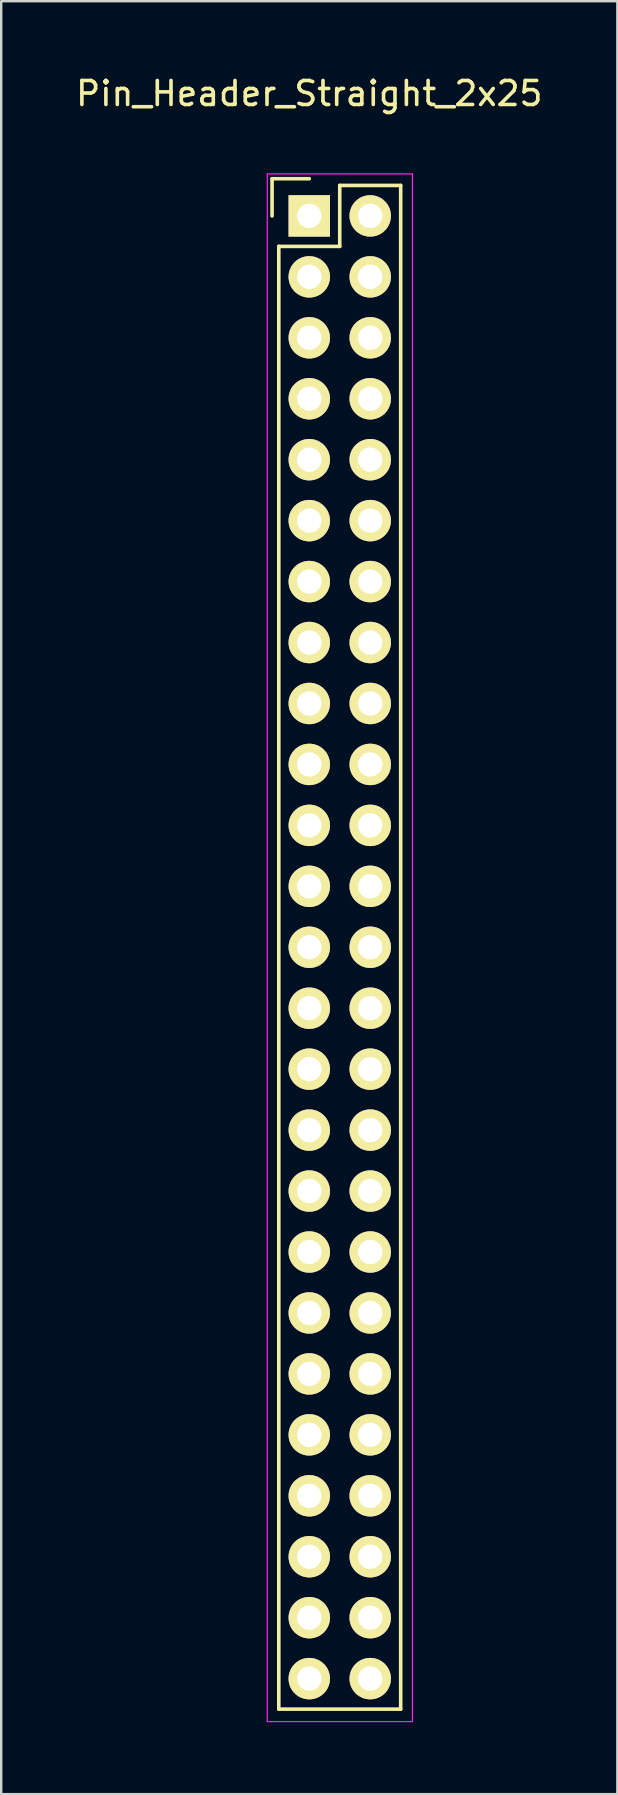
<source format=kicad_pcb>
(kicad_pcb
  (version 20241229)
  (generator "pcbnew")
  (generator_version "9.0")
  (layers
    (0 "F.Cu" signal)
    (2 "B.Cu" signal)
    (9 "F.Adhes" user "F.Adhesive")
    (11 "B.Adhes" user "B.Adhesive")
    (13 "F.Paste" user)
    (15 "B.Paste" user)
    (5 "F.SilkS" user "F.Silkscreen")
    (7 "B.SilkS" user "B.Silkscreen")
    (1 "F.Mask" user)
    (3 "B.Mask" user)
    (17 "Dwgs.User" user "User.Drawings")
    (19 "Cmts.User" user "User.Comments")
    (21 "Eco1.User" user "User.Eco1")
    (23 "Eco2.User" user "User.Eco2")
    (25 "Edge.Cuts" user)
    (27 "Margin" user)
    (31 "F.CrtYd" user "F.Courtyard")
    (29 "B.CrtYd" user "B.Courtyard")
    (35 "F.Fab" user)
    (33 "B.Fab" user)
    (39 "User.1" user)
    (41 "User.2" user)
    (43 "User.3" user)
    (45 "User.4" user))
  (footprint "Pin_Header_Straight_2x25"
    (layer "F.Cu")
    (at 9.839 5.948)
    (property "Reference" "Pin_Header_Straight_2x25" (at 0 -5.1 0) (layer "F.SilkS") (effects (font (size 1 1) (thickness 0.15))))
    (attr through_hole)
    (fp_line (start -1.55 -1.55) (end -1.55 0) (stroke (width 0.15) (type solid)) (layer "F.SilkS"))
    (fp_line (start -1.27 1.27) (end -1.27 62.23) (stroke (width 0.15) (type solid)) (layer "F.SilkS"))
    (fp_line (start 0 -1.55) (end -1.55 -1.55) (stroke (width 0.15) (type solid)) (layer "F.SilkS"))
    (fp_line (start 1.27 -1.27) (end 1.27 1.27) (stroke (width 0.15) (type solid)) (layer "F.SilkS"))
    (fp_line (start 1.27 1.27) (end -1.27 1.27) (stroke (width 0.15) (type solid)) (layer "F.SilkS"))
    (fp_line (start 3.81 -1.27) (end 1.27 -1.27) (stroke (width 0.15) (type solid)) (layer "F.SilkS"))
    (fp_line (start 3.81 62.23) (end -1.27 62.23) (stroke (width 0.15) (type solid)) (layer "F.SilkS"))
    (fp_line (start 3.81 62.23) (end 3.81 -1.27) (stroke (width 0.15) (type solid)) (layer "F.SilkS"))
    (fp_line (start -1.75 -1.75) (end -1.75 62.75) (stroke (width 0.05) (type solid)) (layer "F.CrtYd"))
    (fp_line (start -1.75 -1.75) (end 4.3 -1.75) (stroke (width 0.05) (type solid)) (layer "F.CrtYd"))
    (fp_line (start -1.75 62.75) (end 4.3 62.75) (stroke (width 0.05) (type solid)) (layer "F.CrtYd"))
    (fp_line (start 4.3 -1.75) (end 4.3 62.75) (stroke (width 0.05) (type solid)) (layer "F.CrtYd"))
    (pad "1" thru_hole rect (at 0 0) (size 1.727 1.727) (drill 1.016) (layers "*.Cu" "*.Mask" "F.SilkS"))
    (pad "2" thru_hole oval (at 2.54 0) (size 1.727 1.727) (drill 1.016) (layers "*.Cu" "*.Mask" "F.SilkS"))
    (pad "3" thru_hole oval (at 0 2.54) (size 1.727 1.727) (drill 1.016) (layers "*.Cu" "*.Mask" "F.SilkS"))
    (pad "4" thru_hole oval (at 2.54 2.54) (size 1.727 1.727) (drill 1.016) (layers "*.Cu" "*.Mask" "F.SilkS"))
    (pad "5" thru_hole oval (at 0 5.08) (size 1.727 1.727) (drill 1.016) (layers "*.Cu" "*.Mask" "F.SilkS"))
    (pad "6" thru_hole oval (at 2.54 5.08) (size 1.727 1.727) (drill 1.016) (layers "*.Cu" "*.Mask" "F.SilkS"))
    (pad "7" thru_hole oval (at 0 7.62) (size 1.727 1.727) (drill 1.016) (layers "*.Cu" "*.Mask" "F.SilkS"))
    (pad "8" thru_hole oval (at 2.54 7.62) (size 1.727 1.727) (drill 1.016) (layers "*.Cu" "*.Mask" "F.SilkS"))
    (pad "9" thru_hole oval (at 0 10.16) (size 1.727 1.727) (drill 1.016) (layers "*.Cu" "*.Mask" "F.SilkS"))
    (pad "10" thru_hole oval (at 2.54 10.16) (size 1.727 1.727) (drill 1.016) (layers "*.Cu" "*.Mask" "F.SilkS"))
    (pad "11" thru_hole oval (at 0 12.7) (size 1.727 1.727) (drill 1.016) (layers "*.Cu" "*.Mask" "F.SilkS"))
    (pad "12" thru_hole oval (at 2.54 12.7) (size 1.727 1.727) (drill 1.016) (layers "*.Cu" "*.Mask" "F.SilkS"))
    (pad "13" thru_hole oval (at 0 15.24) (size 1.727 1.727) (drill 1.016) (layers "*.Cu" "*.Mask" "F.SilkS"))
    (pad "14" thru_hole oval (at 2.54 15.24) (size 1.727 1.727) (drill 1.016) (layers "*.Cu" "*.Mask" "F.SilkS"))
    (pad "15" thru_hole oval (at 0 17.78) (size 1.727 1.727) (drill 1.016) (layers "*.Cu" "*.Mask" "F.SilkS"))
    (pad "16" thru_hole oval (at 2.54 17.78) (size 1.727 1.727) (drill 1.016) (layers "*.Cu" "*.Mask" "F.SilkS"))
    (pad "17" thru_hole oval (at 0 20.32) (size 1.727 1.727) (drill 1.016) (layers "*.Cu" "*.Mask" "F.SilkS"))
    (pad "18" thru_hole oval (at 2.54 20.32) (size 1.727 1.727) (drill 1.016) (layers "*.Cu" "*.Mask" "F.SilkS"))
    (pad "19" thru_hole oval (at 0 22.86) (size 1.727 1.727) (drill 1.016) (layers "*.Cu" "*.Mask" "F.SilkS"))
    (pad "20" thru_hole oval (at 2.54 22.86) (size 1.727 1.727) (drill 1.016) (layers "*.Cu" "*.Mask" "F.SilkS"))
    (pad "21" thru_hole oval (at 0 25.4) (size 1.727 1.727) (drill 1.016) (layers "*.Cu" "*.Mask" "F.SilkS"))
    (pad "22" thru_hole oval (at 2.54 25.4) (size 1.727 1.727) (drill 1.016) (layers "*.Cu" "*.Mask" "F.SilkS"))
    (pad "23" thru_hole oval (at 0 27.94) (size 1.727 1.727) (drill 1.016) (layers "*.Cu" "*.Mask" "F.SilkS"))
    (pad "24" thru_hole oval (at 2.54 27.94) (size 1.727 1.727) (drill 1.016) (layers "*.Cu" "*.Mask" "F.SilkS"))
    (pad "25" thru_hole oval (at 0 30.48) (size 1.727 1.727) (drill 1.016) (layers "*.Cu" "*.Mask" "F.SilkS"))
    (pad "26" thru_hole oval (at 2.54 30.48) (size 1.727 1.727) (drill 1.016) (layers "*.Cu" "*.Mask" "F.SilkS"))
    (pad "27" thru_hole oval (at 0 33.02) (size 1.727 1.727) (drill 1.016) (layers "*.Cu" "*.Mask" "F.SilkS"))
    (pad "28" thru_hole oval (at 2.54 33.02) (size 1.727 1.727) (drill 1.016) (layers "*.Cu" "*.Mask" "F.SilkS"))
    (pad "29" thru_hole oval (at 0 35.56) (size 1.727 1.727) (drill 1.016) (layers "*.Cu" "*.Mask" "F.SilkS"))
    (pad "30" thru_hole oval (at 2.54 35.56) (size 1.727 1.727) (drill 1.016) (layers "*.Cu" "*.Mask" "F.SilkS"))
    (pad "31" thru_hole oval (at 0 38.1) (size 1.727 1.727) (drill 1.016) (layers "*.Cu" "*.Mask" "F.SilkS"))
    (pad "32" thru_hole oval (at 2.54 38.1) (size 1.727 1.727) (drill 1.016) (layers "*.Cu" "*.Mask" "F.SilkS"))
    (pad "33" thru_hole oval (at 0 40.64) (size 1.727 1.727) (drill 1.016) (layers "*.Cu" "*.Mask" "F.SilkS"))
    (pad "34" thru_hole oval (at 2.54 40.64) (size 1.727 1.727) (drill 1.016) (layers "*.Cu" "*.Mask" "F.SilkS"))
    (pad "35" thru_hole oval (at 0 43.18) (size 1.727 1.727) (drill 1.016) (layers "*.Cu" "*.Mask" "F.SilkS"))
    (pad "36" thru_hole oval (at 2.54 43.18) (size 1.727 1.727) (drill 1.016) (layers "*.Cu" "*.Mask" "F.SilkS"))
    (pad "37" thru_hole oval (at 0 45.72) (size 1.727 1.727) (drill 1.016) (layers "*.Cu" "*.Mask" "F.SilkS"))
    (pad "38" thru_hole oval (at 2.54 45.72) (size 1.727 1.727) (drill 1.016) (layers "*.Cu" "*.Mask" "F.SilkS"))
    (pad "39" thru_hole oval (at 0 48.26) (size 1.727 1.727) (drill 1.016) (layers "*.Cu" "*.Mask" "F.SilkS"))
    (pad "40" thru_hole oval (at 2.54 48.26) (size 1.727 1.727) (drill 1.016) (layers "*.Cu" "*.Mask" "F.SilkS"))
    (pad "41" thru_hole oval (at 0 50.8) (size 1.727 1.727) (drill 1.016) (layers "*.Cu" "*.Mask" "F.SilkS"))
    (pad "42" thru_hole oval (at 2.54 50.8) (size 1.727 1.727) (drill 1.016) (layers "*.Cu" "*.Mask" "F.SilkS"))
    (pad "43" thru_hole oval (at 0 53.34) (size 1.727 1.727) (drill 1.016) (layers "*.Cu" "*.Mask" "F.SilkS"))
    (pad "44" thru_hole oval (at 2.54 53.34) (size 1.727 1.727) (drill 1.016) (layers "*.Cu" "*.Mask" "F.SilkS"))
    (pad "45" thru_hole oval (at 0 55.88) (size 1.727 1.727) (drill 1.016) (layers "*.Cu" "*.Mask" "F.SilkS"))
    (pad "46" thru_hole oval (at 2.54 55.88) (size 1.727 1.727) (drill 1.016) (layers "*.Cu" "*.Mask" "F.SilkS"))
    (pad "47" thru_hole oval (at 0 58.42) (size 1.727 1.727) (drill 1.016) (layers "*.Cu" "*.Mask" "F.SilkS"))
    (pad "48" thru_hole oval (at 2.54 58.42) (size 1.727 1.727) (drill 1.016) (layers "*.Cu" "*.Mask" "F.SilkS"))
    (pad "49" thru_hole oval (at 0 60.96) (size 1.727 1.727) (drill 1.016) (layers "*.Cu" "*.Mask" "F.SilkS"))
    (pad "50" thru_hole oval (at 2.54 60.96) (size 1.727 1.727) (drill 1.016) (layers "*.Cu" "*.Mask" "F.SilkS")))
  (gr_rect
    (start -3 -3)
    (end 22.679 71.723)
    (stroke (width 0.1) (type default))
    (fill no)
    (layer "Edge.Cuts")))
</source>
